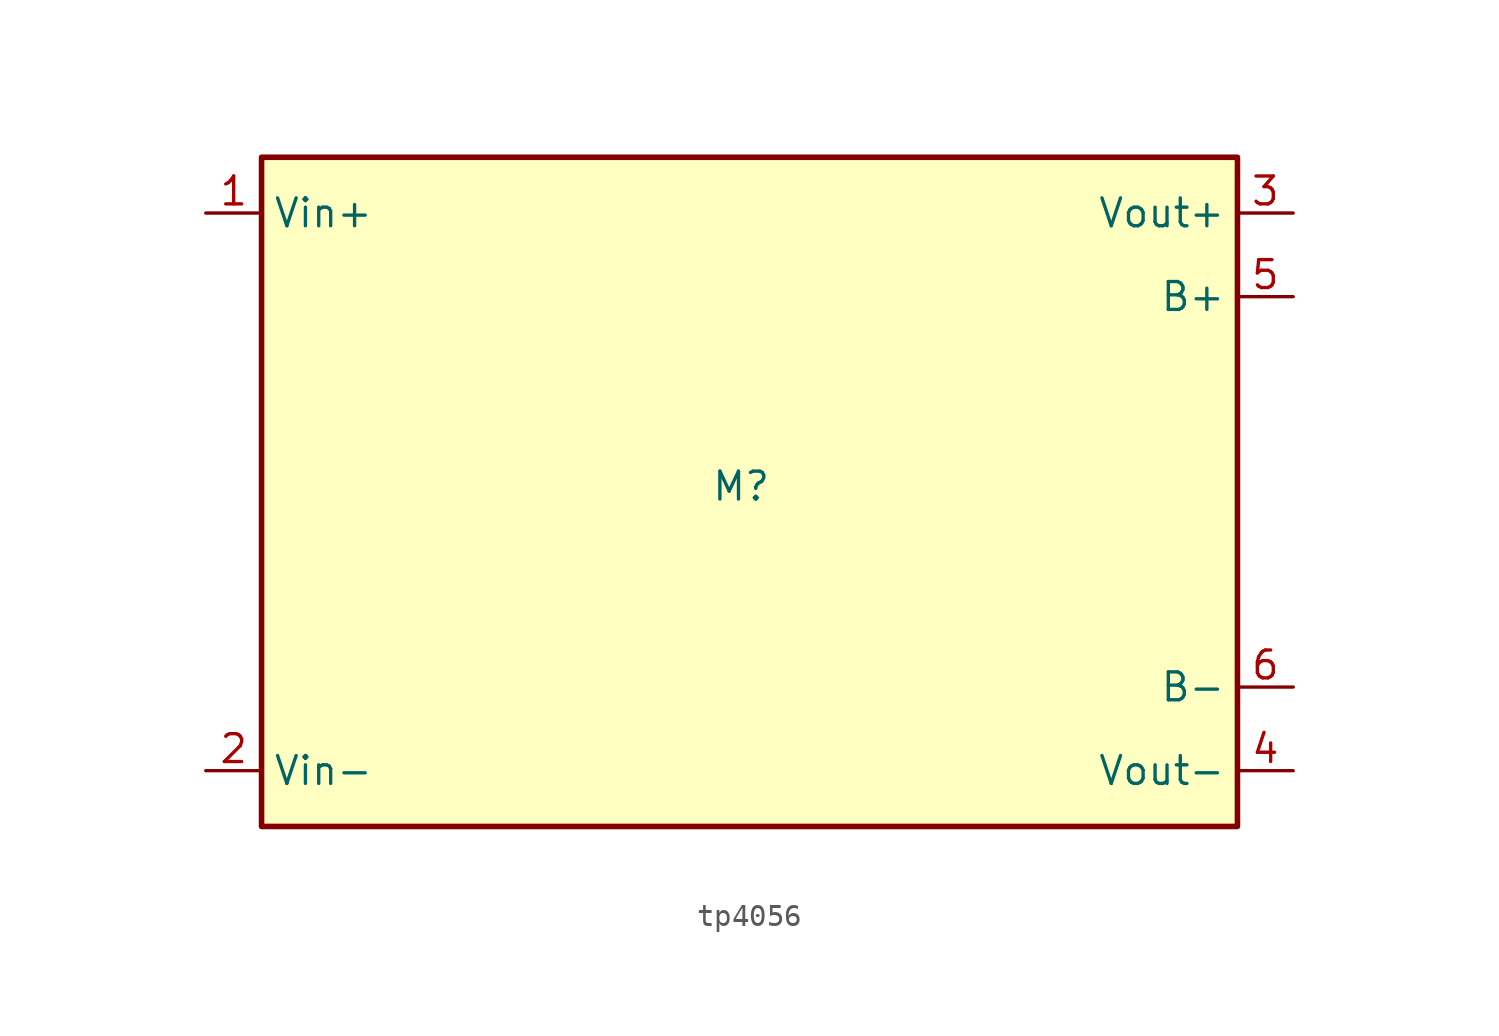
<source format=kicad_sym>
(kicad_symbol_lib
  (version 20241209)
  (generator "kicad_symbol_editor")
  (generator_version "9.0")
  (symbol "tp4056"
    (property "Reference" "M"
      (at -1.016 -1.016 0)
      (effects (font (size 1.27 1.27))))
    (property "Value" ""
      (at 0 0 0)
      (effects (font (size 1.27 1.27))))
    (symbol "tp4056_0_1"
      (rectangle (start -22.86 13.97) (end 21.59 -16.51) (stroke (width 0.254) (type default)) (fill (type background))))
    (symbol "tp4056_1_1"
      (pin power_in line (at -25.4 11.43 0) (length 2.54) (name "Vin+" (effects (font (size 1.27 1.27)))) (number "1" (effects (font (size 1.27 1.27)))))
      (pin power_in line (at -25.4 -13.97 0) (length 2.54) (name "Vin-" (effects (font (size 1.27 1.27)))) (number "2" (effects (font (size 1.27 1.27)))))
      (pin power_out line (at 24.13 11.43 180) (length 2.54) (name "Vout+" (effects (font (size 1.27 1.27)))) (number "3" (effects (font (size 1.27 1.27)))))
      (pin power_in line (at 24.13 7.62 180) (length 2.54) (name "B+" (effects (font (size 1.27 1.27)))) (number "5" (effects (font (size 1.27 1.27)))))
      (pin power_in line (at 24.13 -10.16 180) (length 2.54) (name "B-" (effects (font (size 1.27 1.27)))) (number "6" (effects (font (size 1.27 1.27)))))
      (pin power_out line (at 24.13 -13.97 180) (length 2.54) (name "Vout-" (effects (font (size 1.27 1.27)))) (number "4" (effects (font (size 1.27 1.27))))))))
</source>
